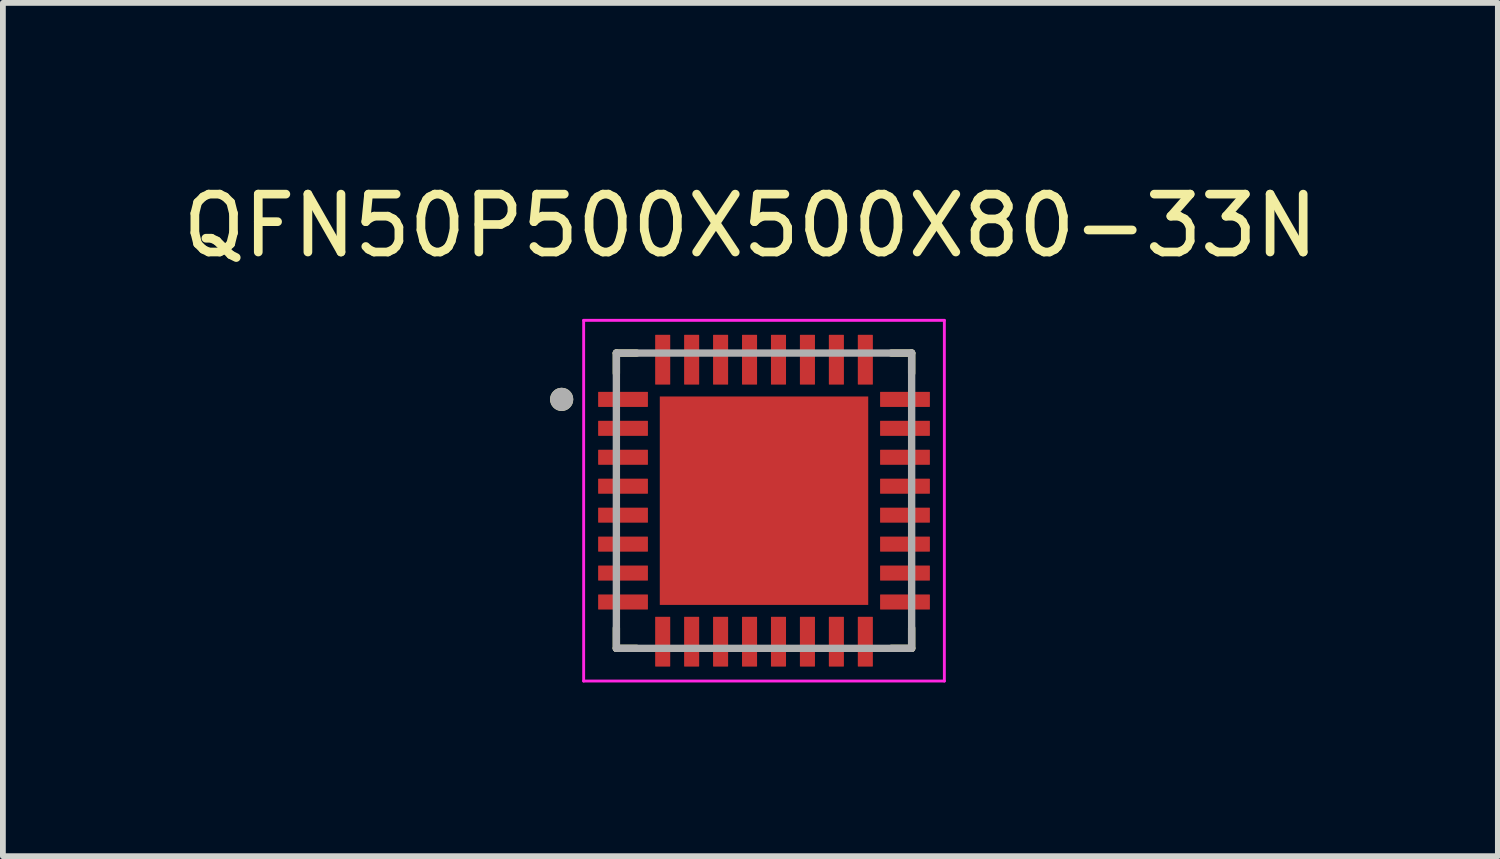
<source format=kicad_pcb>
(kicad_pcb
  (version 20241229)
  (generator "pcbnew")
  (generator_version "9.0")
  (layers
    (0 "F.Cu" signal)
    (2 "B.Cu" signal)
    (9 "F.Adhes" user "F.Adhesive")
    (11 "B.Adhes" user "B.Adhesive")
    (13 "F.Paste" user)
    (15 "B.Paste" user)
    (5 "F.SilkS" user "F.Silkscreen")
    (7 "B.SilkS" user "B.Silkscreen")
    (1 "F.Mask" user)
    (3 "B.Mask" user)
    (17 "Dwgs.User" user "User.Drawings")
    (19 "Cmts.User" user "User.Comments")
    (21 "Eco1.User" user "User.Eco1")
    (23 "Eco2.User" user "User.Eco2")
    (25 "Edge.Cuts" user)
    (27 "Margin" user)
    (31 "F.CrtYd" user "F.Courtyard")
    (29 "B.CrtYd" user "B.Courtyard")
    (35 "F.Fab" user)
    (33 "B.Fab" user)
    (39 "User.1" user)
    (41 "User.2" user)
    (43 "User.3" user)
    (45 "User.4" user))
  (footprint "QFN50P500X500X80-33N"
    (layer "F.Cu")
    (at 10.146 5.598)
    (property "Reference" "QFN50P500X500X80-33N" (at -0.235 -4.75 0) (layer "F.SilkS") (effects (font (size 1 1) (thickness 0.15))))
    (attr through_hole)
    (fp_line (start -2.55 -2.55) (end -2.55 -2.2) (stroke (width 0.127) (type solid)) (layer "F.SilkS"))
    (fp_line (start -2.55 -2.55) (end -2.2 -2.55) (stroke (width 0.127) (type solid)) (layer "F.SilkS"))
    (fp_line (start -2.55 2.55) (end -2.55 2.2) (stroke (width 0.127) (type solid)) (layer "F.SilkS"))
    (fp_line (start -2.55 2.55) (end -2.2 2.55) (stroke (width 0.127) (type solid)) (layer "F.SilkS"))
    (fp_line (start 2.55 -2.55) (end 2.2 -2.55) (stroke (width 0.127) (type solid)) (layer "F.SilkS"))
    (fp_line (start 2.55 -2.55) (end 2.55 -2.2) (stroke (width 0.127) (type solid)) (layer "F.SilkS"))
    (fp_line (start 2.55 2.55) (end 2.2 2.55) (stroke (width 0.127) (type solid)) (layer "F.SilkS"))
    (fp_line (start 2.55 2.55) (end 2.55 2.2) (stroke (width 0.127) (type solid)) (layer "F.SilkS"))
    (fp_circle (center -3.495 -1.75) (end -3.395 -1.75) (stroke (width 0.2) (type solid)) (fill no) (layer "F.SilkS"))
    (fp_poly (pts (xy -1.14 -1.14) (xy 1.14 -1.14) (xy 1.14 1.14) (xy -1.14 1.14)) (stroke (width 0.01) (type solid)) (fill yes) (layer "F.Paste"))
    (fp_line (start -3.115 -3.115) (end 3.115 -3.115) (stroke (width 0.05) (type solid)) (layer "F.CrtYd"))
    (fp_line (start -3.115 3.115) (end -3.115 -3.115) (stroke (width 0.05) (type solid)) (layer "F.CrtYd"))
    (fp_line (start -3.115 3.115) (end 3.115 3.115) (stroke (width 0.05) (type solid)) (layer "F.CrtYd"))
    (fp_line (start 3.115 3.115) (end 3.115 -3.115) (stroke (width 0.05) (type solid)) (layer "F.CrtYd"))
    (fp_line (start -2.55 2.55) (end -2.55 -2.55) (stroke (width 0.127) (type solid)) (layer "F.Fab"))
    (fp_line (start 2.55 -2.55) (end -2.55 -2.55) (stroke (width 0.127) (type solid)) (layer "F.Fab"))
    (fp_line (start 2.55 2.55) (end -2.55 2.55) (stroke (width 0.127) (type solid)) (layer "F.Fab"))
    (fp_line (start 2.55 2.55) (end 2.55 -2.55) (stroke (width 0.127) (type solid)) (layer "F.Fab"))
    (fp_circle (center -3.495 -1.75) (end -3.395 -1.75) (stroke (width 0.2) (type solid)) (fill no) (layer "F.Fab"))
    (pad "1" smd roundrect (at -2.435 -1.75) (size 0.86 0.26) (layers "F.Cu" "F.Mask" "F.Paste") (roundrect_rratio 0.03))
    (pad "2" smd roundrect (at -2.435 -1.25) (size 0.86 0.26) (layers "F.Cu" "F.Mask" "F.Paste") (roundrect_rratio 0.03))
    (pad "3" smd roundrect (at -2.435 -0.75) (size 0.86 0.26) (layers "F.Cu" "F.Mask" "F.Paste") (roundrect_rratio 0.03))
    (pad "4" smd roundrect (at -2.435 -0.25) (size 0.86 0.26) (layers "F.Cu" "F.Mask" "F.Paste") (roundrect_rratio 0.03))
    (pad "5" smd roundrect (at -2.435 0.25) (size 0.86 0.26) (layers "F.Cu" "F.Mask" "F.Paste") (roundrect_rratio 0.03))
    (pad "6" smd roundrect (at -2.435 0.75) (size 0.86 0.26) (layers "F.Cu" "F.Mask" "F.Paste") (roundrect_rratio 0.03))
    (pad "7" smd roundrect (at -2.435 1.25) (size 0.86 0.26) (layers "F.Cu" "F.Mask" "F.Paste") (roundrect_rratio 0.03))
    (pad "8" smd roundrect (at -2.435 1.75) (size 0.86 0.26) (layers "F.Cu" "F.Mask" "F.Paste") (roundrect_rratio 0.03))
    (pad "9" smd roundrect (at -1.75 2.435 90) (size 0.86 0.26) (layers "F.Cu" "F.Mask" "F.Paste") (roundrect_rratio 0.03))
    (pad "10" smd roundrect (at -1.25 2.435 90) (size 0.86 0.26) (layers "F.Cu" "F.Mask" "F.Paste") (roundrect_rratio 0.03))
    (pad "11" smd roundrect (at -0.75 2.435 90) (size 0.86 0.26) (layers "F.Cu" "F.Mask" "F.Paste") (roundrect_rratio 0.03))
    (pad "12" smd roundrect (at -0.25 2.435 90) (size 0.86 0.26) (layers "F.Cu" "F.Mask" "F.Paste") (roundrect_rratio 0.03))
    (pad "13" smd roundrect (at 0.25 2.435 90) (size 0.86 0.26) (layers "F.Cu" "F.Mask" "F.Paste") (roundrect_rratio 0.03))
    (pad "14" smd roundrect (at 0.75 2.435 90) (size 0.86 0.26) (layers "F.Cu" "F.Mask" "F.Paste") (roundrect_rratio 0.03))
    (pad "15" smd roundrect (at 1.25 2.435 90) (size 0.86 0.26) (layers "F.Cu" "F.Mask" "F.Paste") (roundrect_rratio 0.03))
    (pad "16" smd roundrect (at 1.75 2.435 90) (size 0.86 0.26) (layers "F.Cu" "F.Mask" "F.Paste") (roundrect_rratio 0.03))
    (pad "17" smd roundrect (at 2.435 1.75) (size 0.86 0.26) (layers "F.Cu" "F.Mask" "F.Paste") (roundrect_rratio 0.03))
    (pad "18" smd roundrect (at 2.435 1.25) (size 0.86 0.26) (layers "F.Cu" "F.Mask" "F.Paste") (roundrect_rratio 0.03))
    (pad "19" smd roundrect (at 2.435 0.75) (size 0.86 0.26) (layers "F.Cu" "F.Mask" "F.Paste") (roundrect_rratio 0.03))
    (pad "20" smd roundrect (at 2.435 0.25) (size 0.86 0.26) (layers "F.Cu" "F.Mask" "F.Paste") (roundrect_rratio 0.03))
    (pad "21" smd roundrect (at 2.435 -0.25) (size 0.86 0.26) (layers "F.Cu" "F.Mask" "F.Paste") (roundrect_rratio 0.03))
    (pad "22" smd roundrect (at 2.435 -0.75) (size 0.86 0.26) (layers "F.Cu" "F.Mask" "F.Paste") (roundrect_rratio 0.03))
    (pad "23" smd roundrect (at 2.435 -1.25) (size 0.86 0.26) (layers "F.Cu" "F.Mask" "F.Paste") (roundrect_rratio 0.03))
    (pad "24" smd roundrect (at 2.435 -1.75) (size 0.86 0.26) (layers "F.Cu" "F.Mask" "F.Paste") (roundrect_rratio 0.03))
    (pad "25" smd roundrect (at 1.75 -2.435 90) (size 0.86 0.26) (layers "F.Cu" "F.Mask" "F.Paste") (roundrect_rratio 0.03))
    (pad "26" smd roundrect (at 1.25 -2.435 90) (size 0.86 0.26) (layers "F.Cu" "F.Mask" "F.Paste") (roundrect_rratio 0.03))
    (pad "27" smd roundrect (at 0.75 -2.435 90) (size 0.86 0.26) (layers "F.Cu" "F.Mask" "F.Paste") (roundrect_rratio 0.03))
    (pad "28" smd roundrect (at 0.25 -2.435 90) (size 0.86 0.26) (layers "F.Cu" "F.Mask" "F.Paste") (roundrect_rratio 0.03))
    (pad "29" smd roundrect (at -0.25 -2.435 90) (size 0.86 0.26) (layers "F.Cu" "F.Mask" "F.Paste") (roundrect_rratio 0.03))
    (pad "30" smd roundrect (at -0.75 -2.435 90) (size 0.86 0.26) (layers "F.Cu" "F.Mask" "F.Paste") (roundrect_rratio 0.03))
    (pad "31" smd roundrect (at -1.25 -2.435 90) (size 0.86 0.26) (layers "F.Cu" "F.Mask" "F.Paste") (roundrect_rratio 0.03))
    (pad "32" smd roundrect (at -1.75 -2.435 90) (size 0.86 0.26) (layers "F.Cu" "F.Mask" "F.Paste") (roundrect_rratio 0.03))
    (pad "33" smd rect (at 0 0) (size 3.6 3.6) (layers "F.Cu" "F.Mask")))
  (gr_rect
    (start -3 -3)
    (end 22.821 11.738)
    (stroke (width 0.1) (type default))
    (fill no)
    (layer "Edge.Cuts")))
</source>
